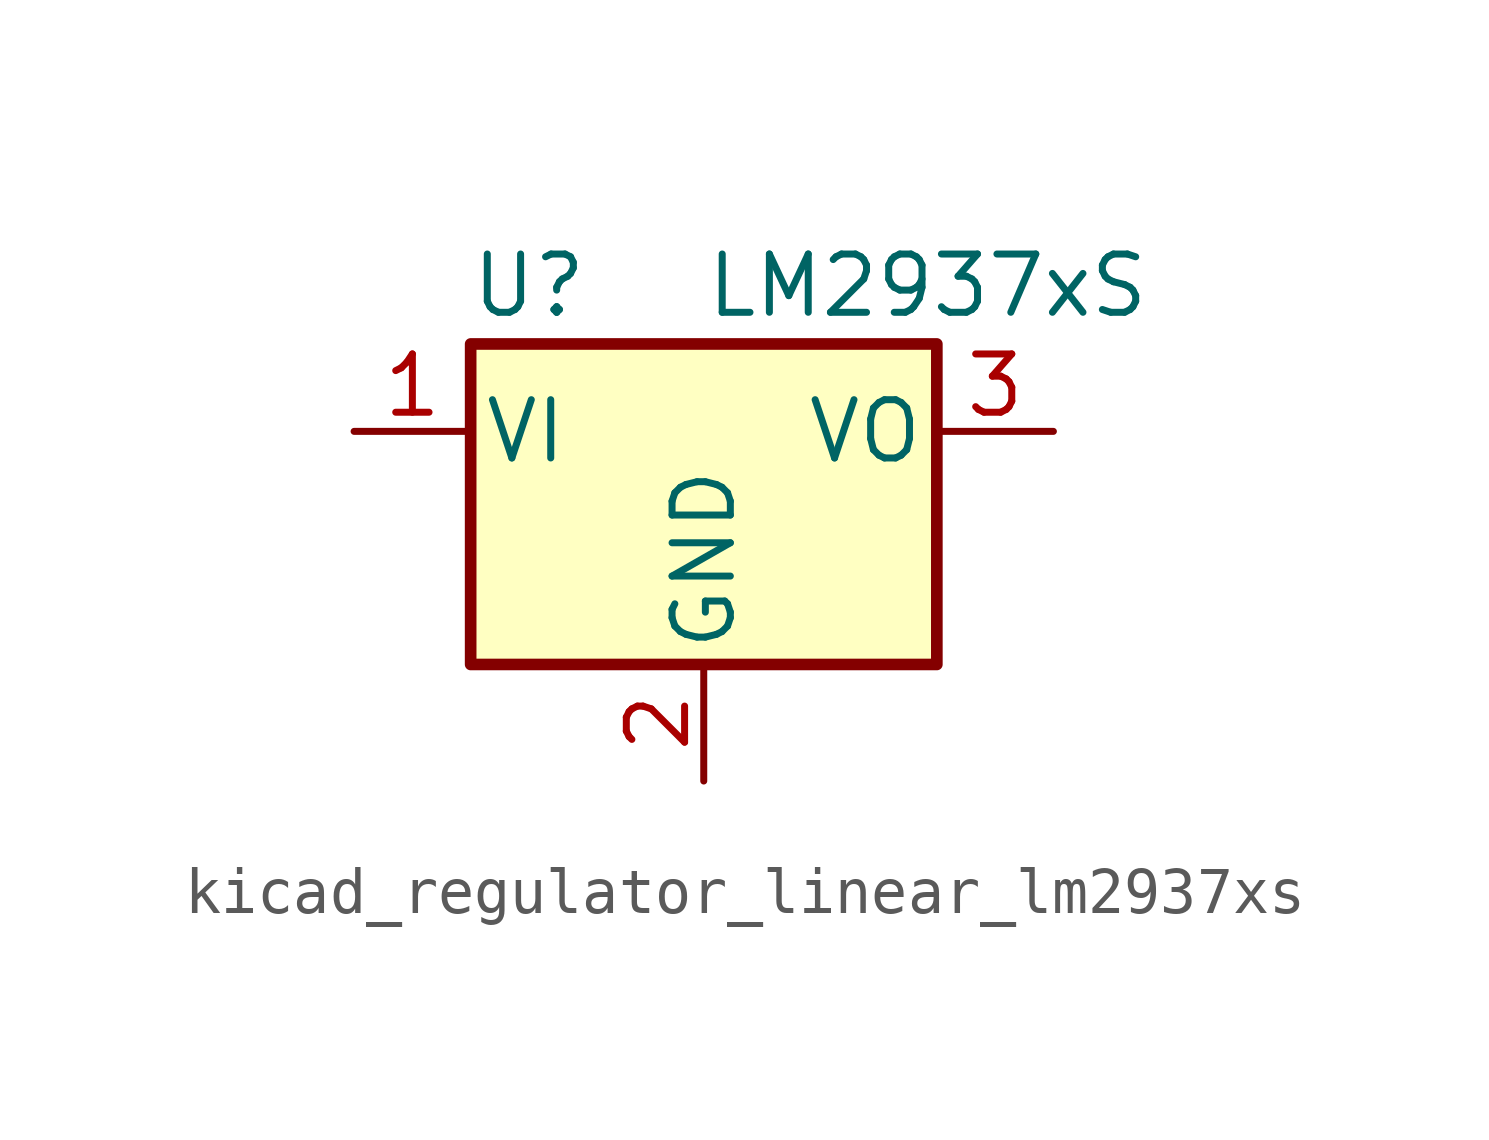
<source format=kicad_sym>
(kicad_symbol_lib
  (version 20220914)
  (generator kicad_symbol_editor)
  (symbol "kicad_regulator_linear_lm2937xs"
    (pin_names
      (offset 0.254))
    (property "Reference" "U"
      (at -3.81 3.175 0)
      (effects (font (size 1.27 1.27))))
    (property "Value" "LM2937xS"
      (at 0 3.175 0)
      (effects (font (size 1.27 1.27)) (justify left)))
    (symbol "kicad_regulator_linear_lm2937xs_0_1"
      (rectangle (start -5.08 -5.08) (end 5.08 1.905) (stroke (width 0.254) (type default)) (fill (type background))))
    (symbol "kicad_regulator_linear_lm2937xs_1_1"
      (pin power_in line (at -7.62 0 0) (length 2.54) (name "VI" (effects (font (size 1.27 1.27)))) (number "1" (effects (font (size 1.27 1.27)))))
      (pin power_in line (at 0 -7.62 90) (length 2.54) (name "GND" (effects (font (size 1.27 1.27)))) (number "2" (effects (font (size 1.27 1.27)))))
      (pin power_out line (at 7.62 0 180) (length 2.54) (name "VO" (effects (font (size 1.27 1.27)))) (number "3" (effects (font (size 1.27 1.27))))))))
</source>
